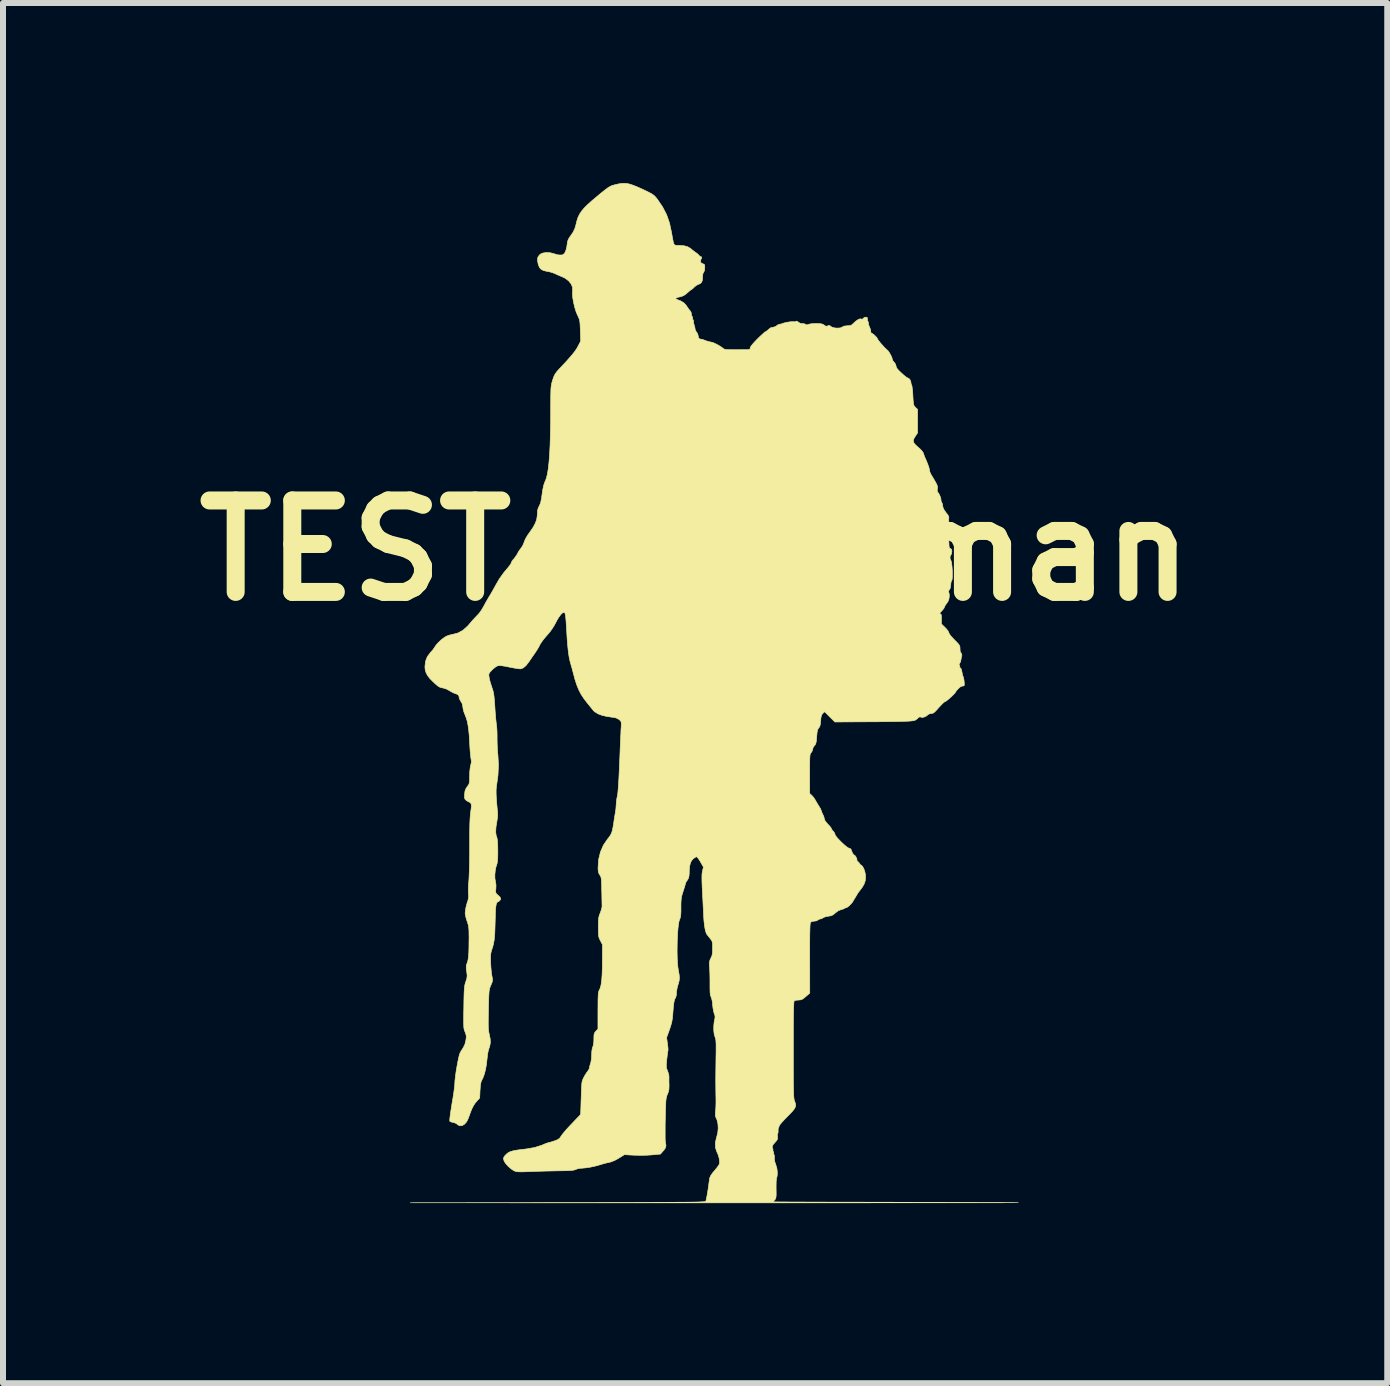
<source format=kicad_pcb>
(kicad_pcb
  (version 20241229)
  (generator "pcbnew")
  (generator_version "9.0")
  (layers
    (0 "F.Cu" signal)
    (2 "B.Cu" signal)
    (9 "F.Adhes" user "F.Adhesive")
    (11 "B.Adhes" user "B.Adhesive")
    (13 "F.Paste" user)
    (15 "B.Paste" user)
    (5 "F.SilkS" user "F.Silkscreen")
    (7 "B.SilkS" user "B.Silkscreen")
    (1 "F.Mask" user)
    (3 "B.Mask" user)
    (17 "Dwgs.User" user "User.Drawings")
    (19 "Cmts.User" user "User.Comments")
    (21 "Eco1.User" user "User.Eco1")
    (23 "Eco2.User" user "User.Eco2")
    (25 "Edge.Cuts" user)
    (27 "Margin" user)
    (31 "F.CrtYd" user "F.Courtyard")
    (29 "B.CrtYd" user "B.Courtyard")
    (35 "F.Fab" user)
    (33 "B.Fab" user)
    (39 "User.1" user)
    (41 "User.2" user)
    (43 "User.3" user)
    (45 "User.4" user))
  (footprint "TEST.Swagman"
    (layer "F.Cu")
    (at 8.534 6.125)
    (property "Reference" "TEST.Swagman" (at 0 0 0) (layer "F.SilkS") (effects (font (size 1.524 1.524) (thickness 0.3))))
    (attr through_hole)
    (fp_poly (pts (xy -1.154 -6.119) (xy -1.102 -6.11) (xy -1.044 -6.092) (xy -0.974 -6.065) (xy -0.889 -6.027) (xy -0.831 -6) (xy -0.77 -5.97) (xy -0.726 -5.946) (xy -0.694 -5.925) (xy -0.668 -5.902) (xy -0.643 -5.873) (xy -0.632 -5.859) (xy -0.543 -5.729) (xy -0.475 -5.598) (xy -0.426 -5.457) (xy -0.393 -5.302) (xy -0.391 -5.292) (xy -0.381 -5.233) (xy -0.371 -5.18) (xy -0.363 -5.139) (xy -0.358 -5.122) (xy -0.349 -5.102) (xy -0.337 -5.091) (xy -0.314 -5.086) (xy -0.275 -5.085) (xy -0.269 -5.085) (xy -0.187 -5.08) (xy -0.124 -5.063) (xy -0.076 -5.035) (xy -0.068 -5.028) (xy -0.035 -5) (xy 0.004 -4.971) (xy 0.013 -4.965) (xy 0.043 -4.943) (xy 0.063 -4.922) (xy 0.067 -4.916) (xy 0.084 -4.901) (xy 0.093 -4.899) (xy 0.11 -4.891) (xy 0.107 -4.869) (xy 0.096 -4.849) (xy 0.089 -4.818) (xy 0.102 -4.792) (xy 0.133 -4.777) (xy 0.135 -4.777) (xy 0.151 -4.771) (xy 0.159 -4.756) (xy 0.161 -4.724) (xy 0.161 -4.714) (xy 0.157 -4.667) (xy 0.144 -4.64) (xy 0.143 -4.638) (xy 0.13 -4.614) (xy 0.124 -4.567) (xy 0.124 -4.552) (xy 0.12 -4.5) (xy 0.105 -4.465) (xy 0.076 -4.444) (xy 0.05 -4.434) (xy 0.021 -4.419) (xy -0.011 -4.393) (xy -0.015 -4.389) (xy -0.038 -4.366) (xy -0.054 -4.354) (xy -0.057 -4.353) (xy -0.07 -4.345) (xy -0.095 -4.325) (xy -0.12 -4.303) (xy -0.164 -4.266) (xy -0.203 -4.243) (xy -0.246 -4.229) (xy -0.276 -4.223) (xy -0.309 -4.214) (xy -0.322 -4.202) (xy -0.312 -4.189) (xy -0.301 -4.184) (xy -0.234 -4.157) (xy -0.185 -4.126) (xy -0.147 -4.084) (xy -0.138 -4.07) (xy -0.113 -4.033) (xy -0.091 -4.005) (xy -0.08 -3.993) (xy -0.067 -3.97) (xy -0.062 -3.943) (xy -0.058 -3.915) (xy -0.049 -3.9) (xy -0.041 -3.883) (xy -0.042 -3.875) (xy -0.041 -3.855) (xy -0.036 -3.85) (xy -0.027 -3.833) (xy -0.026 -3.816) (xy -0.023 -3.784) (xy -0.014 -3.754) (xy -0.004 -3.719) (xy 0 -3.691) (xy 0.009 -3.661) (xy 0.024 -3.641) (xy 0.042 -3.613) (xy 0.052 -3.576) (xy 0.052 -3.574) (xy 0.058 -3.543) (xy 0.071 -3.529) (xy 0.087 -3.525) (xy 0.122 -3.518) (xy 0.143 -3.511) (xy 0.182 -3.496) (xy 0.224 -3.483) (xy 0.258 -3.475) (xy 0.272 -3.473) (xy 0.298 -3.466) (xy 0.336 -3.449) (xy 0.381 -3.426) (xy 0.425 -3.4) (xy 0.45 -3.382) (xy 0.463 -3.372) (xy 0.474 -3.364) (xy 0.485 -3.357) (xy 0.501 -3.353) (xy 0.522 -3.35) (xy 0.554 -3.348) (xy 0.597 -3.347) (xy 0.656 -3.347) (xy 0.732 -3.347) (xy 0.829 -3.348) (xy 0.877 -3.348) (xy 0.906 -3.352) (xy 0.917 -3.364) (xy 0.918 -3.377) (xy 0.927 -3.399) (xy 0.954 -3.435) (xy 0.999 -3.485) (xy 1.039 -3.526) (xy 1.084 -3.57) (xy 1.123 -3.606) (xy 1.153 -3.633) (xy 1.171 -3.646) (xy 1.173 -3.646) (xy 1.189 -3.655) (xy 1.213 -3.675) (xy 1.222 -3.683) (xy 1.26 -3.713) (xy 1.296 -3.721) (xy 1.336 -3.73) (xy 1.358 -3.746) (xy 1.383 -3.764) (xy 1.404 -3.77) (xy 1.435 -3.776) (xy 1.448 -3.781) (xy 1.477 -3.791) (xy 1.518 -3.801) (xy 1.564 -3.809) (xy 1.606 -3.814) (xy 1.636 -3.814) (xy 1.642 -3.813) (xy 1.668 -3.813) (xy 1.679 -3.818) (xy 1.696 -3.824) (xy 1.716 -3.809) (xy 1.718 -3.807) (xy 1.753 -3.787) (xy 1.785 -3.783) (xy 1.82 -3.779) (xy 1.844 -3.769) (xy 1.846 -3.768) (xy 1.863 -3.759) (xy 1.885 -3.768) (xy 1.91 -3.775) (xy 1.953 -3.781) (xy 2.008 -3.783) (xy 2.014 -3.783) (xy 2.068 -3.782) (xy 2.105 -3.778) (xy 2.13 -3.77) (xy 2.151 -3.756) (xy 2.152 -3.756) (xy 2.178 -3.739) (xy 2.197 -3.738) (xy 2.21 -3.744) (xy 2.231 -3.753) (xy 2.251 -3.744) (xy 2.262 -3.734) (xy 2.291 -3.719) (xy 2.333 -3.709) (xy 2.38 -3.707) (xy 2.422 -3.711) (xy 2.451 -3.723) (xy 2.456 -3.727) (xy 2.481 -3.74) (xy 2.529 -3.745) (xy 2.535 -3.746) (xy 2.577 -3.748) (xy 2.605 -3.757) (xy 2.631 -3.779) (xy 2.642 -3.79) (xy 2.684 -3.827) (xy 2.722 -3.852) (xy 2.753 -3.862) (xy 2.771 -3.857) (xy 2.786 -3.854) (xy 2.804 -3.871) (xy 2.825 -3.886) (xy 2.849 -3.89) (xy 2.868 -3.883) (xy 2.873 -3.866) (xy 2.872 -3.861) (xy 2.872 -3.835) (xy 2.878 -3.825) (xy 2.888 -3.802) (xy 2.889 -3.793) (xy 2.892 -3.762) (xy 2.909 -3.719) (xy 2.915 -3.705) (xy 2.925 -3.676) (xy 2.927 -3.653) (xy 2.932 -3.629) (xy 2.943 -3.621) (xy 2.96 -3.613) (xy 2.985 -3.593) (xy 3.012 -3.567) (xy 3.032 -3.544) (xy 3.039 -3.53) (xy 3.046 -3.515) (xy 3.067 -3.487) (xy 3.095 -3.452) (xy 3.128 -3.416) (xy 3.158 -3.382) (xy 3.184 -3.358) (xy 3.194 -3.349) (xy 3.216 -3.328) (xy 3.241 -3.292) (xy 3.264 -3.25) (xy 3.281 -3.212) (xy 3.287 -3.186) (xy 3.295 -3.165) (xy 3.316 -3.14) (xy 3.318 -3.138) (xy 3.341 -3.105) (xy 3.349 -3.075) (xy 3.354 -3.054) (xy 3.37 -3.028) (xy 3.402 -2.993) (xy 3.437 -2.96) (xy 3.477 -2.924) (xy 3.51 -2.897) (xy 3.534 -2.88) (xy 3.541 -2.877) (xy 3.564 -2.867) (xy 3.585 -2.841) (xy 3.596 -2.809) (xy 3.597 -2.801) (xy 3.601 -2.773) (xy 3.609 -2.758) (xy 3.614 -2.742) (xy 3.619 -2.706) (xy 3.625 -2.655) (xy 3.629 -2.595) (xy 3.629 -2.583) (xy 3.633 -2.516) (xy 3.637 -2.47) (xy 3.641 -2.438) (xy 3.648 -2.417) (xy 3.658 -2.402) (xy 3.672 -2.387) (xy 3.673 -2.386) (xy 3.708 -2.352) (xy 3.708 -1.961) (xy 3.671 -1.906) (xy 3.646 -1.864) (xy 3.636 -1.83) (xy 3.643 -1.8) (xy 3.667 -1.768) (xy 3.711 -1.727) (xy 3.715 -1.724) (xy 3.755 -1.688) (xy 3.785 -1.654) (xy 3.802 -1.629) (xy 3.803 -1.625) (xy 3.813 -1.596) (xy 3.828 -1.555) (xy 3.839 -1.532) (xy 3.874 -1.449) (xy 3.896 -1.387) (xy 3.906 -1.344) (xy 3.907 -1.336) (xy 3.913 -1.308) (xy 3.929 -1.273) (xy 3.935 -1.262) (xy 3.975 -1.196) (xy 4.004 -1.146) (xy 4.023 -1.111) (xy 4.034 -1.085) (xy 4.039 -1.065) (xy 4.039 -1.048) (xy 4.037 -1.029) (xy 4.035 -0.992) (xy 4.043 -0.973) (xy 4.057 -0.957) (xy 4.074 -0.926) (xy 4.088 -0.891) (xy 4.097 -0.86) (xy 4.098 -0.842) (xy 4.098 -0.842) (xy 4.099 -0.824) (xy 4.106 -0.812) (xy 4.118 -0.786) (xy 4.124 -0.76) (xy 4.131 -0.719) (xy 4.147 -0.682) (xy 4.177 -0.639) (xy 4.188 -0.625) (xy 4.211 -0.594) (xy 4.226 -0.57) (xy 4.228 -0.563) (xy 4.228 -0.547) (xy 4.227 -0.511) (xy 4.227 -0.458) (xy 4.227 -0.392) (xy 4.228 -0.316) (xy 4.228 -0.296) (xy 4.228 -0.21) (xy 4.229 -0.146) (xy 4.231 -0.1) (xy 4.233 -0.069) (xy 4.237 -0.05) (xy 4.242 -0.04) (xy 4.249 -0.035) (xy 4.254 -0.034) (xy 4.272 -0.022) (xy 4.279 0.006) (xy 4.279 0.015) (xy 4.275 0.048) (xy 4.265 0.071) (xy 4.264 0.072) (xy 4.249 0.102) (xy 4.25 0.138) (xy 4.262 0.162) (xy 4.27 0.183) (xy 4.276 0.221) (xy 4.282 0.27) (xy 4.286 0.326) (xy 4.288 0.382) (xy 4.287 0.433) (xy 4.285 0.472) (xy 4.28 0.495) (xy 4.277 0.497) (xy 4.269 0.514) (xy 4.262 0.546) (xy 4.261 0.569) (xy 4.253 0.625) (xy 4.235 0.658) (xy 4.221 0.681) (xy 4.225 0.692) (xy 4.232 0.709) (xy 4.236 0.741) (xy 4.236 0.765) (xy 4.229 0.814) (xy 4.212 0.853) (xy 4.194 0.878) (xy 4.171 0.91) (xy 4.157 0.935) (xy 4.155 0.944) (xy 4.147 0.961) (xy 4.126 0.989) (xy 4.109 1.007) (xy 4.083 1.035) (xy 4.076 1.05) (xy 4.084 1.054) (xy 4.095 1.058) (xy 4.102 1.072) (xy 4.105 1.103) (xy 4.105 1.138) (xy 4.105 1.223) (xy 4.167 1.284) (xy 4.199 1.318) (xy 4.221 1.35) (xy 4.229 1.37) (xy 4.238 1.391) (xy 4.263 1.425) (xy 4.302 1.467) (xy 4.322 1.488) (xy 4.364 1.53) (xy 4.391 1.56) (xy 4.406 1.582) (xy 4.413 1.603) (xy 4.415 1.628) (xy 4.415 1.64) (xy 4.417 1.674) (xy 4.423 1.696) (xy 4.426 1.699) (xy 4.436 1.71) (xy 4.443 1.733) (xy 4.446 1.756) (xy 4.442 1.767) (xy 4.437 1.783) (xy 4.432 1.813) (xy 4.431 1.82) (xy 4.424 1.854) (xy 4.41 1.879) (xy 4.408 1.881) (xy 4.397 1.896) (xy 4.403 1.904) (xy 4.412 1.921) (xy 4.41 1.929) (xy 4.413 1.95) (xy 4.42 1.956) (xy 4.43 1.965) (xy 4.438 1.984) (xy 4.446 2.017) (xy 4.456 2.069) (xy 4.456 2.071) (xy 4.465 2.098) (xy 4.469 2.105) (xy 4.475 2.124) (xy 4.481 2.159) (xy 4.484 2.188) (xy 4.487 2.227) (xy 4.485 2.248) (xy 4.477 2.256) (xy 4.459 2.257) (xy 4.458 2.257) (xy 4.424 2.269) (xy 4.384 2.304) (xy 4.359 2.332) (xy 4.344 2.352) (xy 4.341 2.358) (xy 4.332 2.373) (xy 4.309 2.398) (xy 4.277 2.429) (xy 4.242 2.461) (xy 4.208 2.49) (xy 4.181 2.51) (xy 4.166 2.517) (xy 4.151 2.526) (xy 4.123 2.551) (xy 4.089 2.586) (xy 4.061 2.617) (xy 4.021 2.662) (xy 3.991 2.692) (xy 3.969 2.708) (xy 3.949 2.715) (xy 3.936 2.716) (xy 3.904 2.722) (xy 3.881 2.735) (xy 3.854 2.758) (xy 3.819 2.774) (xy 3.785 2.782) (xy 3.762 2.776) (xy 3.762 2.776) (xy 3.747 2.771) (xy 3.727 2.78) (xy 3.705 2.8) (xy 3.686 2.816) (xy 3.668 2.827) (xy 3.646 2.834) (xy 3.612 2.839) (xy 3.563 2.843) (xy 3.522 2.845) (xy 3.478 2.846) (xy 3.413 2.848) (xy 3.33 2.85) (xy 3.233 2.851) (xy 3.126 2.852) (xy 3.011 2.854) (xy 2.893 2.854) (xy 2.855 2.854) (xy 2.33 2.857) (xy 2.244 2.772) (xy 2.159 2.686) (xy 2.129 2.714) (xy 2.113 2.734) (xy 2.103 2.758) (xy 2.096 2.796) (xy 2.093 2.835) (xy 2.088 2.889) (xy 2.08 2.925) (xy 2.066 2.95) (xy 2.061 2.956) (xy 2.048 2.974) (xy 2.039 2.999) (xy 2.032 3.038) (xy 2.027 3.095) (xy 2.026 3.104) (xy 2.022 3.161) (xy 2.016 3.2) (xy 2.008 3.225) (xy 1.997 3.243) (xy 1.989 3.251) (xy 1.968 3.28) (xy 1.96 3.31) (xy 1.951 3.342) (xy 1.934 3.368) (xy 1.926 3.377) (xy 1.92 3.389) (xy 1.916 3.405) (xy 1.913 3.429) (xy 1.911 3.465) (xy 1.91 3.515) (xy 1.909 3.581) (xy 1.909 3.669) (xy 1.909 3.722) (xy 1.91 4.049) (xy 1.943 4.079) (xy 1.97 4.108) (xy 1.997 4.147) (xy 2.005 4.162) (xy 2.031 4.206) (xy 2.058 4.251) (xy 2.065 4.262) (xy 2.087 4.298) (xy 2.102 4.332) (xy 2.104 4.34) (xy 2.117 4.375) (xy 2.131 4.403) (xy 2.147 4.439) (xy 2.153 4.469) (xy 2.166 4.504) (xy 2.202 4.549) (xy 2.212 4.56) (xy 2.242 4.591) (xy 2.263 4.617) (xy 2.27 4.631) (xy 2.278 4.65) (xy 2.298 4.673) (xy 2.301 4.676) (xy 2.322 4.703) (xy 2.332 4.73) (xy 2.332 4.732) (xy 2.341 4.751) (xy 2.364 4.782) (xy 2.399 4.82) (xy 2.439 4.861) (xy 2.48 4.899) (xy 2.519 4.932) (xy 2.55 4.954) (xy 2.568 4.961) (xy 2.592 4.971) (xy 2.6 4.983) (xy 2.621 5.037) (xy 2.639 5.066) (xy 2.65 5.073) (xy 2.665 5.083) (xy 2.681 5.107) (xy 2.694 5.135) (xy 2.698 5.157) (xy 2.697 5.16) (xy 2.701 5.174) (xy 2.716 5.187) (xy 2.735 5.205) (xy 2.741 5.217) (xy 2.751 5.233) (xy 2.763 5.239) (xy 2.787 5.259) (xy 2.809 5.296) (xy 2.827 5.345) (xy 2.839 5.399) (xy 2.841 5.447) (xy 2.835 5.505) (xy 2.817 5.558) (xy 2.785 5.613) (xy 2.748 5.662) (xy 2.723 5.694) (xy 2.705 5.721) (xy 2.7 5.73) (xy 2.687 5.753) (xy 2.668 5.783) (xy 2.667 5.786) (xy 2.648 5.816) (xy 2.634 5.84) (xy 2.634 5.842) (xy 2.617 5.867) (xy 2.59 5.898) (xy 2.56 5.926) (xy 2.532 5.947) (xy 2.516 5.953) (xy 2.494 5.959) (xy 2.488 5.964) (xy 2.472 5.973) (xy 2.442 5.982) (xy 2.434 5.984) (xy 2.387 6.002) (xy 2.339 6.038) (xy 2.338 6.039) (xy 2.301 6.07) (xy 2.266 6.086) (xy 2.221 6.094) (xy 2.18 6.101) (xy 2.146 6.113) (xy 2.134 6.12) (xy 2.106 6.136) (xy 2.087 6.139) (xy 2.059 6.148) (xy 2.046 6.158) (xy 2.023 6.171) (xy 1.988 6.176) (xy 1.983 6.176) (xy 1.946 6.181) (xy 1.925 6.196) (xy 1.922 6.202) (xy 1.918 6.22) (xy 1.915 6.259) (xy 1.913 6.32) (xy 1.911 6.404) (xy 1.91 6.51) (xy 1.91 6.641) (xy 1.91 6.795) (xy 1.91 6.801) (xy 1.911 7.376) (xy 1.845 7.433) (xy 1.807 7.465) (xy 1.779 7.482) (xy 1.751 7.489) (xy 1.723 7.491) (xy 1.686 7.494) (xy 1.658 7.502) (xy 1.652 7.506) (xy 1.649 7.515) (xy 1.646 7.537) (xy 1.644 7.573) (xy 1.642 7.625) (xy 1.64 7.693) (xy 1.639 7.779) (xy 1.638 7.885) (xy 1.638 8.012) (xy 1.637 8.161) (xy 1.637 8.323) (xy 1.637 8.487) (xy 1.637 8.628) (xy 1.638 8.749) (xy 1.638 8.849) (xy 1.639 8.932) (xy 1.641 9) (xy 1.642 9.053) (xy 1.644 9.094) (xy 1.647 9.125) (xy 1.65 9.147) (xy 1.653 9.162) (xy 1.656 9.17) (xy 1.67 9.207) (xy 1.676 9.239) (xy 1.672 9.268) (xy 1.657 9.3) (xy 1.629 9.337) (xy 1.586 9.383) (xy 1.538 9.432) (xy 1.491 9.48) (xy 1.451 9.524) (xy 1.421 9.559) (xy 1.404 9.583) (xy 1.401 9.589) (xy 1.396 9.611) (xy 1.391 9.617) (xy 1.385 9.633) (xy 1.383 9.662) (xy 1.384 9.667) (xy 1.383 9.698) (xy 1.378 9.716) (xy 1.376 9.717) (xy 1.371 9.733) (xy 1.372 9.762) (xy 1.373 9.768) (xy 1.375 9.796) (xy 1.368 9.819) (xy 1.348 9.846) (xy 1.332 9.864) (xy 1.299 9.902) (xy 1.286 9.932) (xy 1.288 9.957) (xy 1.294 9.968) (xy 1.299 9.989) (xy 1.297 9.995) (xy 1.298 10.011) (xy 1.303 10.015) (xy 1.311 10.032) (xy 1.31 10.041) (xy 1.31 10.06) (xy 1.314 10.064) (xy 1.32 10.08) (xy 1.322 10.11) (xy 1.321 10.117) (xy 1.322 10.157) (xy 1.33 10.192) (xy 1.331 10.195) (xy 1.342 10.222) (xy 1.346 10.238) (xy 1.352 10.26) (xy 1.356 10.269) (xy 1.364 10.302) (xy 1.369 10.346) (xy 1.37 10.392) (xy 1.366 10.43) (xy 1.361 10.448) (xy 1.355 10.474) (xy 1.351 10.521) (xy 1.35 10.588) (xy 1.35 10.633) (xy 1.351 10.7) (xy 1.351 10.746) (xy 1.348 10.776) (xy 1.343 10.797) (xy 1.335 10.812) (xy 1.326 10.823) (xy 1.308 10.843) (xy 1.303 10.855) (xy 1.303 10.855) (xy 1.316 10.855) (xy 1.352 10.855) (xy 1.412 10.856) (xy 1.493 10.856) (xy 1.594 10.857) (xy 1.716 10.857) (xy 1.856 10.858) (xy 2.014 10.858) (xy 2.188 10.859) (xy 2.378 10.859) (xy 2.583 10.86) (xy 2.801 10.86) (xy 3.032 10.861) (xy 3.274 10.861) (xy 3.527 10.862) (xy 3.789 10.863) (xy 4.06 10.863) (xy 4.338 10.864) (xy 4.607 10.864) (xy 4.791 10.865) (xy 4.949 10.865) (xy 5.083 10.865) (xy 5.193 10.866) (xy 5.279 10.866) (xy 5.341 10.867) (xy 5.379 10.867) (xy 5.394 10.867) (xy 5.386 10.867) (xy 5.354 10.868) (xy 5.3 10.868) (xy 5.223 10.868) (xy 5.124 10.869) (xy 5.003 10.869) (xy 4.859 10.869) (xy 4.693 10.869) (xy 4.506 10.869) (xy 4.297 10.87) (xy 4.067 10.87) (xy 3.816 10.87) (xy 3.544 10.87) (xy 3.252 10.87) (xy 2.938 10.87) (xy 2.605 10.871) (xy 2.251 10.871) (xy 1.878 10.871) (xy 1.484 10.871) (xy 1.071 10.871) (xy 0.639 10.871) (xy 0.188 10.871) (xy 0 10.871) (xy -0.413 10.871) (xy -0.81 10.871) (xy -1.19 10.871) (xy -1.552 10.871) (xy -1.897 10.871) (xy -2.225 10.871) (xy -2.534 10.871) (xy -2.825 10.871) (xy -3.098 10.87) (xy -3.352 10.87) (xy -3.587 10.87) (xy -3.802 10.87) (xy -3.998 10.87) (xy -4.174 10.87) (xy -4.33 10.87) (xy -4.465 10.87) (xy -4.58 10.87) (xy -4.674 10.87) (xy -4.746 10.869) (xy -4.797 10.869) (xy -4.826 10.869) (xy -4.833 10.869) (xy -4.818 10.869) (xy -4.78 10.869) (xy -4.719 10.869) (xy -4.635 10.868) (xy -4.528 10.868) (xy -4.397 10.868) (xy -4.241 10.868) (xy -4.062 10.868) (xy -3.867 10.868) (xy -3.492 10.867) (xy -3.14 10.867) (xy -2.812 10.867) (xy -2.506 10.866) (xy -2.222 10.866) (xy -1.959 10.866) (xy -1.716 10.866) (xy -1.492 10.865) (xy -1.286 10.865) (xy -1.098 10.865) (xy -0.927 10.864) (xy -0.772 10.864) (xy -0.632 10.863) (xy -0.507 10.863) (xy -0.395 10.862) (xy -0.296 10.861) (xy -0.21 10.861) (xy -0.134 10.86) (xy -0.07 10.859) (xy -0.014 10.858) (xy 0.032 10.857) (xy 0.07 10.856) (xy 0.101 10.854) (xy 0.125 10.853) (xy 0.144 10.852) (xy 0.158 10.85) (xy 0.167 10.848) (xy 0.173 10.846) (xy 0.177 10.844) (xy 0.179 10.842) (xy 0.18 10.84) (xy 0.188 10.805) (xy 0.199 10.751) (xy 0.211 10.681) (xy 0.223 10.602) (xy 0.224 10.592) (xy 0.231 10.54) (xy 0.238 10.492) (xy 0.243 10.459) (xy 0.243 10.458) (xy 0.258 10.421) (xy 0.292 10.371) (xy 0.324 10.334) (xy 0.358 10.293) (xy 0.385 10.257) (xy 0.402 10.229) (xy 0.405 10.222) (xy 0.408 10.176) (xy 0.399 10.119) (xy 0.38 10.059) (xy 0.365 10.027) (xy 0.34 9.954) (xy 0.337 9.871) (xy 0.357 9.781) (xy 0.36 9.773) (xy 0.378 9.701) (xy 0.385 9.624) (xy 0.38 9.55) (xy 0.365 9.488) (xy 0.358 9.472) (xy 0.344 9.441) (xy 0.338 9.412) (xy 0.338 9.375) (xy 0.342 9.333) (xy 0.346 9.276) (xy 0.348 9.208) (xy 0.348 9.144) (xy 0.348 9.141) (xy 0.346 9.044) (xy 0.345 8.942) (xy 0.344 8.829) (xy 0.345 8.702) (xy 0.347 8.557) (xy 0.348 8.459) (xy 0.35 8.363) (xy 0.35 8.287) (xy 0.35 8.23) (xy 0.348 8.188) (xy 0.346 8.157) (xy 0.341 8.134) (xy 0.335 8.115) (xy 0.332 8.107) (xy 0.318 8.06) (xy 0.311 7.998) (xy 0.311 7.929) (xy 0.317 7.862) (xy 0.325 7.821) (xy 0.333 7.78) (xy 0.33 7.748) (xy 0.319 7.718) (xy 0.309 7.682) (xy 0.299 7.631) (xy 0.293 7.578) (xy 0.293 7.576) (xy 0.288 7.523) (xy 0.278 7.475) (xy 0.267 7.442) (xy 0.267 7.441) (xy 0.258 7.419) (xy 0.252 7.39) (xy 0.249 7.349) (xy 0.248 7.291) (xy 0.248 7.238) (xy 0.248 7.164) (xy 0.247 7.085) (xy 0.245 7.013) (xy 0.242 6.963) (xy 0.238 6.907) (xy 0.238 6.869) (xy 0.243 6.841) (xy 0.252 6.815) (xy 0.262 6.795) (xy 0.277 6.763) (xy 0.286 6.731) (xy 0.29 6.689) (xy 0.291 6.631) (xy 0.291 6.628) (xy 0.291 6.574) (xy 0.288 6.537) (xy 0.282 6.511) (xy 0.27 6.49) (xy 0.254 6.469) (xy 0.227 6.435) (xy 0.202 6.404) (xy 0.196 6.396) (xy 0.181 6.364) (xy 0.167 6.312) (xy 0.156 6.244) (xy 0.147 6.163) (xy 0.143 6.096) (xy 0.141 6.055) (xy 0.138 5.993) (xy 0.134 5.917) (xy 0.13 5.832) (xy 0.125 5.742) (xy 0.123 5.703) (xy 0.118 5.604) (xy 0.115 5.526) (xy 0.114 5.465) (xy 0.114 5.419) (xy 0.116 5.383) (xy 0.121 5.355) (xy 0.123 5.342) (xy 0.139 5.275) (xy 0.092 5.193) (xy 0.067 5.152) (xy 0.045 5.121) (xy 0.03 5.105) (xy 0.028 5.104) (xy 0.01 5.108) (xy -0.017 5.126) (xy -0.033 5.139) (xy -0.06 5.169) (xy -0.078 5.207) (xy -0.09 5.257) (xy -0.097 5.323) (xy -0.098 5.383) (xy -0.103 5.434) (xy -0.116 5.472) (xy -0.13 5.494) (xy -0.15 5.524) (xy -0.16 5.547) (xy -0.161 5.551) (xy -0.165 5.569) (xy -0.175 5.605) (xy -0.19 5.651) (xy -0.198 5.676) (xy -0.214 5.725) (xy -0.225 5.766) (xy -0.231 5.807) (xy -0.235 5.855) (xy -0.236 5.917) (xy -0.236 5.944) (xy -0.236 6.017) (xy -0.239 6.07) (xy -0.244 6.108) (xy -0.252 6.135) (xy -0.256 6.143) (xy -0.268 6.178) (xy -0.278 6.235) (xy -0.286 6.308) (xy -0.292 6.393) (xy -0.297 6.487) (xy -0.299 6.586) (xy -0.3 6.684) (xy -0.298 6.78) (xy -0.294 6.867) (xy -0.287 6.943) (xy -0.278 7.001) (xy -0.266 7.067) (xy -0.262 7.118) (xy -0.265 7.163) (xy -0.276 7.21) (xy -0.285 7.237) (xy -0.299 7.289) (xy -0.309 7.344) (xy -0.31 7.372) (xy -0.314 7.414) (xy -0.323 7.448) (xy -0.329 7.459) (xy -0.339 7.476) (xy -0.347 7.502) (xy -0.354 7.539) (xy -0.36 7.591) (xy -0.367 7.663) (xy -0.371 7.72) (xy -0.378 7.796) (xy -0.389 7.859) (xy -0.406 7.921) (xy -0.428 7.987) (xy -0.475 8.117) (xy -0.46 8.22) (xy -0.454 8.268) (xy -0.451 8.307) (xy -0.451 8.33) (xy -0.452 8.333) (xy -0.455 8.348) (xy -0.46 8.383) (xy -0.466 8.432) (xy -0.472 8.48) (xy -0.477 8.541) (xy -0.48 8.583) (xy -0.479 8.613) (xy -0.474 8.636) (xy -0.464 8.658) (xy -0.46 8.668) (xy -0.439 8.732) (xy -0.435 8.777) (xy -0.436 8.823) (xy -0.435 8.879) (xy -0.434 8.917) (xy -0.436 8.977) (xy -0.447 9.027) (xy -0.46 9.06) (xy -0.469 9.079) (xy -0.475 9.099) (xy -0.48 9.122) (xy -0.485 9.152) (xy -0.488 9.191) (xy -0.49 9.244) (xy -0.493 9.312) (xy -0.495 9.4) (xy -0.497 9.482) (xy -0.499 9.575) (xy -0.499 9.661) (xy -0.499 9.737) (xy -0.499 9.799) (xy -0.497 9.844) (xy -0.495 9.868) (xy -0.494 9.87) (xy -0.485 9.912) (xy -0.492 9.95) (xy -0.519 9.992) (xy -0.531 10.005) (xy -0.577 10.058) (xy -0.713 10.071) (xy -0.8 10.077) (xy -0.899 10.079) (xy -0.998 10.077) (xy -1.014 10.077) (xy -1.178 10.068) (xy -1.27 10.125) (xy -1.34 10.164) (xy -1.403 10.189) (xy -1.428 10.195) (xy -1.474 10.205) (xy -1.531 10.22) (xy -1.587 10.237) (xy -1.587 10.237) (xy -1.663 10.258) (xy -1.745 10.276) (xy -1.825 10.288) (xy -1.893 10.294) (xy -1.905 10.294) (xy -1.948 10.3) (xy -1.988 10.314) (xy -2.006 10.321) (xy -2.032 10.327) (xy -2.068 10.331) (xy -2.119 10.334) (xy -2.187 10.336) (xy -2.275 10.337) (xy -2.37 10.339) (xy -2.475 10.341) (xy -2.579 10.344) (xy -2.674 10.347) (xy -2.731 10.349) (xy -2.803 10.352) (xy -2.871 10.354) (xy -2.928 10.354) (xy -2.968 10.352) (xy -2.983 10.35) (xy -3.021 10.335) (xy -3.065 10.305) (xy -3.111 10.266) (xy -3.151 10.223) (xy -3.179 10.182) (xy -3.183 10.173) (xy -3.193 10.14) (xy -3.188 10.111) (xy -3.167 10.081) (xy -3.134 10.05) (xy -3.108 10.031) (xy -3.075 10.016) (xy -3.029 10.003) (xy -2.969 9.992) (xy -2.89 9.981) (xy -2.808 9.972) (xy -2.672 9.948) (xy -2.551 9.909) (xy -2.524 9.897) (xy -2.483 9.88) (xy -2.445 9.868) (xy -2.437 9.866) (xy -2.404 9.858) (xy -2.361 9.844) (xy -2.33 9.834) (xy -2.286 9.815) (xy -2.257 9.794) (xy -2.235 9.762) (xy -2.232 9.757) (xy -2.214 9.731) (xy -2.181 9.691) (xy -2.139 9.642) (xy -2.09 9.589) (xy -2.056 9.554) (xy -2.008 9.503) (xy -1.967 9.46) (xy -1.934 9.426) (xy -1.914 9.404) (xy -1.908 9.398) (xy -1.907 9.385) (xy -1.906 9.351) (xy -1.904 9.3) (xy -1.902 9.234) (xy -1.9 9.158) (xy -1.898 9.122) (xy -1.896 9.033) (xy -1.893 8.964) (xy -1.89 8.913) (xy -1.887 8.875) (xy -1.882 8.847) (xy -1.875 8.824) (xy -1.866 8.803) (xy -1.855 8.781) (xy -1.831 8.737) (xy -1.805 8.697) (xy -1.79 8.678) (xy -1.771 8.649) (xy -1.761 8.624) (xy -1.761 8.622) (xy -1.757 8.597) (xy -1.747 8.562) (xy -1.743 8.551) (xy -1.734 8.514) (xy -1.727 8.463) (xy -1.724 8.408) (xy -1.724 8.403) (xy -1.721 8.34) (xy -1.713 8.293) (xy -1.705 8.272) (xy -1.695 8.239) (xy -1.688 8.186) (xy -1.687 8.143) (xy -1.686 8.092) (xy -1.683 8.059) (xy -1.674 8.036) (xy -1.66 8.017) (xy -1.653 8.009) (xy -1.619 7.973) (xy -1.619 7.666) (xy -1.618 7.57) (xy -1.618 7.494) (xy -1.616 7.438) (xy -1.614 7.396) (xy -1.611 7.367) (xy -1.606 7.347) (xy -1.6 7.332) (xy -1.597 7.327) (xy -1.581 7.291) (xy -1.567 7.238) (xy -1.557 7.166) (xy -1.55 7.073) (xy -1.546 6.959) (xy -1.545 6.84) (xy -1.544 6.567) (xy -1.578 6.502) (xy -1.592 6.474) (xy -1.602 6.449) (xy -1.608 6.421) (xy -1.611 6.384) (xy -1.612 6.332) (xy -1.612 6.276) (xy -1.612 6.207) (xy -1.61 6.156) (xy -1.606 6.118) (xy -1.598 6.086) (xy -1.587 6.054) (xy -1.58 6.038) (xy -1.564 5.992) (xy -1.553 5.949) (xy -1.55 5.923) (xy -1.551 5.898) (xy -1.552 5.854) (xy -1.553 5.794) (xy -1.554 5.725) (xy -1.556 5.666) (xy -1.557 5.586) (xy -1.559 5.528) (xy -1.562 5.486) (xy -1.566 5.456) (xy -1.572 5.435) (xy -1.58 5.419) (xy -1.589 5.406) (xy -1.607 5.373) (xy -1.615 5.336) (xy -1.617 5.29) (xy -1.608 5.15) (xy -1.577 5.023) (xy -1.527 4.908) (xy -1.455 4.803) (xy -1.453 4.801) (xy -1.425 4.766) (xy -1.405 4.734) (xy -1.389 4.699) (xy -1.377 4.656) (xy -1.366 4.6) (xy -1.354 4.526) (xy -1.352 4.508) (xy -1.344 4.453) (xy -1.334 4.397) (xy -1.328 4.359) (xy -1.32 4.307) (xy -1.316 4.251) (xy -1.315 4.235) (xy -1.312 4.189) (xy -1.304 4.132) (xy -1.296 4.093) (xy -1.289 4.054) (xy -1.283 3.992) (xy -1.277 3.907) (xy -1.27 3.798) (xy -1.264 3.666) (xy -1.258 3.528) (xy -1.253 3.417) (xy -1.249 3.309) (xy -1.245 3.209) (xy -1.241 3.12) (xy -1.237 3.045) (xy -1.235 2.988) (xy -1.232 2.951) (xy -1.232 2.949) (xy -1.23 2.9) (xy -1.23 2.869) (xy -1.236 2.849) (xy -1.248 2.833) (xy -1.259 2.822) (xy -1.296 2.798) (xy -1.337 2.784) (xy -1.338 2.784) (xy -1.374 2.779) (xy -1.423 2.772) (xy -1.47 2.765) (xy -1.549 2.747) (xy -1.618 2.721) (xy -1.671 2.688) (xy -1.687 2.674) (xy -1.705 2.654) (xy -1.733 2.619) (xy -1.768 2.576) (xy -1.797 2.54) (xy -1.854 2.466) (xy -1.9 2.396) (xy -1.938 2.323) (xy -1.971 2.242) (xy -2.002 2.148) (xy -2.032 2.034) (xy -2.034 2.028) (xy -2.042 1.997) (xy -2.054 1.952) (xy -2.068 1.904) (xy -2.084 1.846) (xy -2.097 1.788) (xy -2.107 1.726) (xy -2.116 1.655) (xy -2.124 1.573) (xy -2.132 1.474) (xy -2.139 1.358) (xy -2.145 1.258) (xy -2.15 1.181) (xy -2.155 1.123) (xy -2.16 1.081) (xy -2.166 1.054) (xy -2.173 1.038) (xy -2.181 1.031) (xy -2.188 1.029) (xy -2.211 1.04) (xy -2.24 1.069) (xy -2.272 1.112) (xy -2.303 1.164) (xy -2.307 1.172) (xy -2.343 1.241) (xy -2.376 1.294) (xy -2.41 1.343) (xy -2.452 1.394) (xy -2.482 1.428) (xy -2.521 1.474) (xy -2.556 1.521) (xy -2.582 1.561) (xy -2.589 1.575) (xy -2.609 1.614) (xy -2.638 1.662) (xy -2.67 1.709) (xy -2.671 1.712) (xy -2.706 1.761) (xy -2.741 1.813) (xy -2.77 1.855) (xy -2.818 1.917) (xy -2.864 1.956) (xy -2.909 1.972) (xy -2.917 1.972) (xy -2.943 1.969) (xy -2.987 1.963) (xy -3.043 1.953) (xy -3.104 1.941) (xy -3.173 1.927) (xy -3.223 1.92) (xy -3.259 1.917) (xy -3.285 1.92) (xy -3.293 1.922) (xy -3.322 1.938) (xy -3.357 1.965) (xy -3.392 1.998) (xy -3.421 2.03) (xy -3.436 2.056) (xy -3.437 2.059) (xy -3.436 2.093) (xy -3.427 2.145) (xy -3.41 2.209) (xy -3.387 2.278) (xy -3.386 2.282) (xy -3.373 2.32) (xy -3.363 2.357) (xy -3.355 2.399) (xy -3.349 2.45) (xy -3.343 2.516) (xy -3.337 2.602) (xy -3.337 2.604) (xy -3.332 2.683) (xy -3.326 2.758) (xy -3.32 2.824) (xy -3.314 2.875) (xy -3.311 2.903) (xy -3.306 2.943) (xy -3.302 3) (xy -3.3 3.066) (xy -3.3 3.126) (xy -3.299 3.203) (xy -3.296 3.286) (xy -3.291 3.365) (xy -3.286 3.411) (xy -3.277 3.571) (xy -3.285 3.744) (xy -3.305 3.892) (xy -3.312 3.94) (xy -3.316 3.991) (xy -3.316 4.049) (xy -3.313 4.118) (xy -3.307 4.201) (xy -3.298 4.302) (xy -3.291 4.368) (xy -3.29 4.409) (xy -3.295 4.463) (xy -3.304 4.519) (xy -3.304 4.521) (xy -3.319 4.614) (xy -3.323 4.691) (xy -3.315 4.75) (xy -3.306 4.773) (xy -3.299 4.8) (xy -3.293 4.846) (xy -3.29 4.906) (xy -3.288 4.974) (xy -3.288 5.044) (xy -3.289 5.111) (xy -3.293 5.169) (xy -3.299 5.212) (xy -3.305 5.233) (xy -3.32 5.278) (xy -3.331 5.338) (xy -3.337 5.404) (xy -3.336 5.464) (xy -3.329 5.506) (xy -3.318 5.573) (xy -3.32 5.635) (xy -3.324 5.676) (xy -3.321 5.702) (xy -3.31 5.721) (xy -3.287 5.742) (xy -3.281 5.747) (xy -3.252 5.775) (xy -3.241 5.796) (xy -3.242 5.814) (xy -3.259 5.838) (xy -3.275 5.848) (xy -3.29 5.855) (xy -3.303 5.868) (xy -3.312 5.888) (xy -3.319 5.92) (xy -3.324 5.966) (xy -3.328 6.029) (xy -3.33 6.112) (xy -3.332 6.181) (xy -3.335 6.285) (xy -3.338 6.37) (xy -3.343 6.438) (xy -3.349 6.495) (xy -3.358 6.544) (xy -3.369 6.591) (xy -3.384 6.639) (xy -3.388 6.65) (xy -3.399 6.687) (xy -3.406 6.725) (xy -3.409 6.771) (xy -3.408 6.831) (xy -3.407 6.867) (xy -3.404 6.934) (xy -3.398 7.001) (xy -3.392 7.058) (xy -3.386 7.09) (xy -3.378 7.133) (xy -3.376 7.163) (xy -3.382 7.191) (xy -3.397 7.229) (xy -3.403 7.242) (xy -3.413 7.266) (xy -3.421 7.287) (xy -3.427 7.31) (xy -3.432 7.337) (xy -3.435 7.374) (xy -3.438 7.421) (xy -3.44 7.484) (xy -3.442 7.566) (xy -3.444 7.649) (xy -3.446 7.753) (xy -3.447 7.836) (xy -3.447 7.9) (xy -3.446 7.95) (xy -3.443 7.99) (xy -3.439 8.022) (xy -3.433 8.05) (xy -3.431 8.059) (xy -3.415 8.137) (xy -3.412 8.202) (xy -3.423 8.262) (xy -3.434 8.294) (xy -3.447 8.337) (xy -3.458 8.394) (xy -3.465 8.457) (xy -3.467 8.472) (xy -3.477 8.561) (xy -3.492 8.647) (xy -3.512 8.725) (xy -3.535 8.788) (xy -3.55 8.817) (xy -3.563 8.843) (xy -3.572 8.877) (xy -3.579 8.922) (xy -3.583 8.987) (xy -3.584 8.992) (xy -3.59 9.124) (xy -3.645 9.185) (xy -3.67 9.215) (xy -3.692 9.25) (xy -3.714 9.291) (xy -3.737 9.346) (xy -3.763 9.417) (xy -3.782 9.468) (xy -3.808 9.521) (xy -3.843 9.56) (xy -3.881 9.583) (xy -3.92 9.587) (xy -3.955 9.57) (xy -3.962 9.563) (xy -3.988 9.545) (xy -4.025 9.532) (xy -4.032 9.531) (xy -4.064 9.523) (xy -4.085 9.514) (xy -4.087 9.511) (xy -4.089 9.499) (xy -4.088 9.472) (xy -4.083 9.429) (xy -4.075 9.367) (xy -4.062 9.286) (xy -4.046 9.183) (xy -4.036 9.128) (xy -4.025 9.058) (xy -4.016 8.991) (xy -4.009 8.935) (xy -4.005 8.894) (xy -4.005 8.886) (xy -4.002 8.836) (xy -3.995 8.771) (xy -3.985 8.696) (xy -3.972 8.617) (xy -3.958 8.54) (xy -3.944 8.47) (xy -3.931 8.414) (xy -3.921 8.382) (xy -3.906 8.351) (xy -3.882 8.313) (xy -3.871 8.298) (xy -3.837 8.231) (xy -3.821 8.167) (xy -3.814 8.12) (xy -3.814 8.087) (xy -3.821 8.057) (xy -3.833 8.024) (xy -3.841 8.005) (xy -3.847 7.987) (xy -3.852 7.965) (xy -3.855 7.937) (xy -3.856 7.9) (xy -3.857 7.85) (xy -3.857 7.784) (xy -3.856 7.7) (xy -3.854 7.612) (xy -3.853 7.508) (xy -3.851 7.426) (xy -3.849 7.361) (xy -3.846 7.312) (xy -3.842 7.273) (xy -3.838 7.243) (xy -3.832 7.218) (xy -3.824 7.193) (xy -3.821 7.183) (xy -3.808 7.145) (xy -3.801 7.113) (xy -3.799 7.081) (xy -3.803 7.041) (xy -3.811 6.986) (xy -3.814 6.968) (xy -3.813 6.914) (xy -3.8 6.877) (xy -3.79 6.848) (xy -3.782 6.811) (xy -3.776 6.76) (xy -3.771 6.695) (xy -3.769 6.612) (xy -3.768 6.508) (xy -3.767 6.455) (xy -3.768 6.381) (xy -3.769 6.325) (xy -3.773 6.282) (xy -3.779 6.247) (xy -3.788 6.212) (xy -3.8 6.177) (xy -3.816 6.127) (xy -3.827 6.079) (xy -3.832 6.043) (xy -3.832 6.041) (xy -3.827 5.996) (xy -3.817 5.938) (xy -3.801 5.878) (xy -3.784 5.826) (xy -3.784 5.824) (xy -3.776 5.785) (xy -3.776 5.734) (xy -3.777 5.719) (xy -3.779 5.678) (xy -3.778 5.62) (xy -3.775 5.555) (xy -3.77 5.5) (xy -3.767 5.448) (xy -3.764 5.375) (xy -3.761 5.286) (xy -3.759 5.183) (xy -3.758 5.072) (xy -3.757 4.955) (xy -3.757 4.917) (xy -3.757 4.775) (xy -3.756 4.651) (xy -3.754 4.547) (xy -3.75 4.465) (xy -3.746 4.406) (xy -3.744 4.384) (xy -3.734 4.316) (xy -3.729 4.269) (xy -3.729 4.237) (xy -3.735 4.216) (xy -3.747 4.202) (xy -3.766 4.191) (xy -3.767 4.191) (xy -3.809 4.168) (xy -3.833 4.146) (xy -3.843 4.119) (xy -3.843 4.078) (xy -3.841 4.06) (xy -3.835 4.008) (xy -3.821 3.971) (xy -3.798 3.935) (xy -3.797 3.933) (xy -3.779 3.91) (xy -3.768 3.889) (xy -3.761 3.864) (xy -3.759 3.829) (xy -3.758 3.777) (xy -3.758 3.761) (xy -3.756 3.69) (xy -3.749 3.626) (xy -3.74 3.578) (xy -3.739 3.577) (xy -3.728 3.526) (xy -3.731 3.486) (xy -3.733 3.479) (xy -3.737 3.455) (xy -3.742 3.411) (xy -3.748 3.351) (xy -3.753 3.281) (xy -3.757 3.203) (xy -3.757 3.2) (xy -3.764 3.085) (xy -3.773 2.991) (xy -3.784 2.913) (xy -3.797 2.846) (xy -3.815 2.787) (xy -3.837 2.73) (xy -3.839 2.727) (xy -3.856 2.68) (xy -3.867 2.634) (xy -3.87 2.608) (xy -3.882 2.55) (xy -3.901 2.518) (xy -3.92 2.485) (xy -3.931 2.456) (xy -3.932 2.45) (xy -3.937 2.419) (xy -3.957 2.398) (xy -3.996 2.384) (xy -4.034 2.369) (xy -4.078 2.345) (xy -4.095 2.334) (xy -4.151 2.305) (xy -4.208 2.289) (xy -4.238 2.283) (xy -4.265 2.272) (xy -4.293 2.253) (xy -4.329 2.222) (xy -4.362 2.191) (xy -4.422 2.131) (xy -4.462 2.078) (xy -4.487 2.027) (xy -4.5 1.974) (xy -4.502 1.933) (xy -4.492 1.845) (xy -4.462 1.768) (xy -4.41 1.699) (xy -4.377 1.663) (xy -4.35 1.626) (xy -4.337 1.606) (xy -4.312 1.569) (xy -4.272 1.526) (xy -4.226 1.484) (xy -4.178 1.448) (xy -4.147 1.429) (xy -4.103 1.412) (xy -4.053 1.399) (xy -4.04 1.397) (xy -3.952 1.374) (xy -3.869 1.329) (xy -3.791 1.259) (xy -3.757 1.22) (xy -3.716 1.172) (xy -3.674 1.126) (xy -3.638 1.088) (xy -3.626 1.076) (xy -3.593 1.039) (xy -3.557 0.987) (xy -3.523 0.929) (xy -3.521 0.926) (xy -3.492 0.871) (xy -3.459 0.814) (xy -3.431 0.766) (xy -3.425 0.757) (xy -3.399 0.713) (xy -3.367 0.657) (xy -3.335 0.6) (xy -3.328 0.586) (xy -3.261 0.47) (xy -3.187 0.367) (xy -3.122 0.29) (xy -3.093 0.254) (xy -3.072 0.224) (xy -3.063 0.205) (xy -3.063 0.205) (xy -3.056 0.185) (xy -3.036 0.156) (xy -3.021 0.14) (xy -2.992 0.102) (xy -2.966 0.063) (xy -2.96 0.05) (xy -2.939 0.012) (xy -2.91 -0.028) (xy -2.902 -0.038) (xy -2.875 -0.079) (xy -2.853 -0.127) (xy -2.848 -0.144) (xy -2.827 -0.194) (xy -2.791 -0.256) (xy -2.755 -0.306) (xy -2.7 -0.386) (xy -2.662 -0.457) (xy -2.639 -0.522) (xy -2.63 -0.588) (xy -2.629 -0.61) (xy -2.626 -0.666) (xy -2.614 -0.709) (xy -2.599 -0.739) (xy -2.576 -0.79) (xy -2.561 -0.859) (xy -2.556 -0.895) (xy -2.541 -1.002) (xy -2.524 -1.085) (xy -2.504 -1.144) (xy -2.499 -1.153) (xy -2.479 -1.203) (xy -2.462 -1.272) (xy -2.447 -1.361) (xy -2.435 -1.469) (xy -2.425 -1.599) (xy -2.417 -1.751) (xy -2.412 -1.925) (xy -2.408 -2.122) (xy -2.407 -2.291) (xy -2.407 -2.408) (xy -2.406 -2.504) (xy -2.406 -2.58) (xy -2.404 -2.641) (xy -2.403 -2.688) (xy -2.4 -2.725) (xy -2.396 -2.755) (xy -2.391 -2.781) (xy -2.385 -2.805) (xy -2.377 -2.831) (xy -2.374 -2.842) (xy -2.359 -2.885) (xy -2.345 -2.92) (xy -2.327 -2.95) (xy -2.303 -2.983) (xy -2.267 -3.023) (xy -2.228 -3.064) (xy -2.149 -3.149) (xy -2.086 -3.22) (xy -2.036 -3.279) (xy -1.997 -3.329) (xy -1.967 -3.375) (xy -1.946 -3.414) (xy -1.907 -3.49) (xy -1.912 -3.664) (xy -1.915 -3.734) (xy -1.918 -3.786) (xy -1.922 -3.823) (xy -1.929 -3.853) (xy -1.94 -3.881) (xy -1.954 -3.912) (xy -1.955 -3.913) (xy -1.982 -3.975) (xy -2.005 -4.05) (xy -2.024 -4.129) (xy -2.038 -4.207) (xy -2.044 -4.276) (xy -2.042 -4.33) (xy -2.041 -4.334) (xy -2.043 -4.389) (xy -2.066 -4.443) (xy -2.107 -4.494) (xy -2.163 -4.537) (xy -2.217 -4.563) (xy -2.265 -4.583) (xy -2.313 -4.604) (xy -2.336 -4.615) (xy -2.376 -4.631) (xy -2.426 -4.645) (xy -2.459 -4.651) (xy -2.522 -4.665) (xy -2.566 -4.686) (xy -2.595 -4.72) (xy -2.614 -4.771) (xy -2.616 -4.779) (xy -2.627 -4.84) (xy -2.621 -4.886) (xy -2.597 -4.922) (xy -2.576 -4.941) (xy -2.534 -4.959) (xy -2.478 -4.967) (xy -2.416 -4.963) (xy -2.355 -4.948) (xy -2.347 -4.945) (xy -2.284 -4.927) (xy -2.228 -4.925) (xy -2.202 -4.931) (xy -2.176 -4.953) (xy -2.155 -4.996) (xy -2.139 -5.054) (xy -2.133 -5.098) (xy -2.126 -5.149) (xy -2.112 -5.187) (xy -2.089 -5.225) (xy -2.078 -5.24) (xy -2.032 -5.307) (xy -2.002 -5.372) (xy -1.984 -5.436) (xy -1.969 -5.499) (xy -1.95 -5.555) (xy -1.925 -5.606) (xy -1.892 -5.656) (xy -1.85 -5.707) (xy -1.794 -5.763) (xy -1.724 -5.826) (xy -1.636 -5.9) (xy -1.603 -5.928) (xy -1.54 -5.979) (xy -1.492 -6.017) (xy -1.454 -6.045) (xy -1.424 -6.064) (xy -1.396 -6.078) (xy -1.367 -6.088) (xy -1.332 -6.097) (xy -1.312 -6.102) (xy -1.255 -6.114) (xy -1.204 -6.12) (xy -1.154 -6.119)) (stroke (width 0.01) (type solid)) (fill yes) (layer "F.SilkS")))
  (gr_rect
    (start -3 -3)
    (end 20.069 20.001)
    (stroke (width 0.1) (type default))
    (fill no)
    (layer "Edge.Cuts")))
</source>
